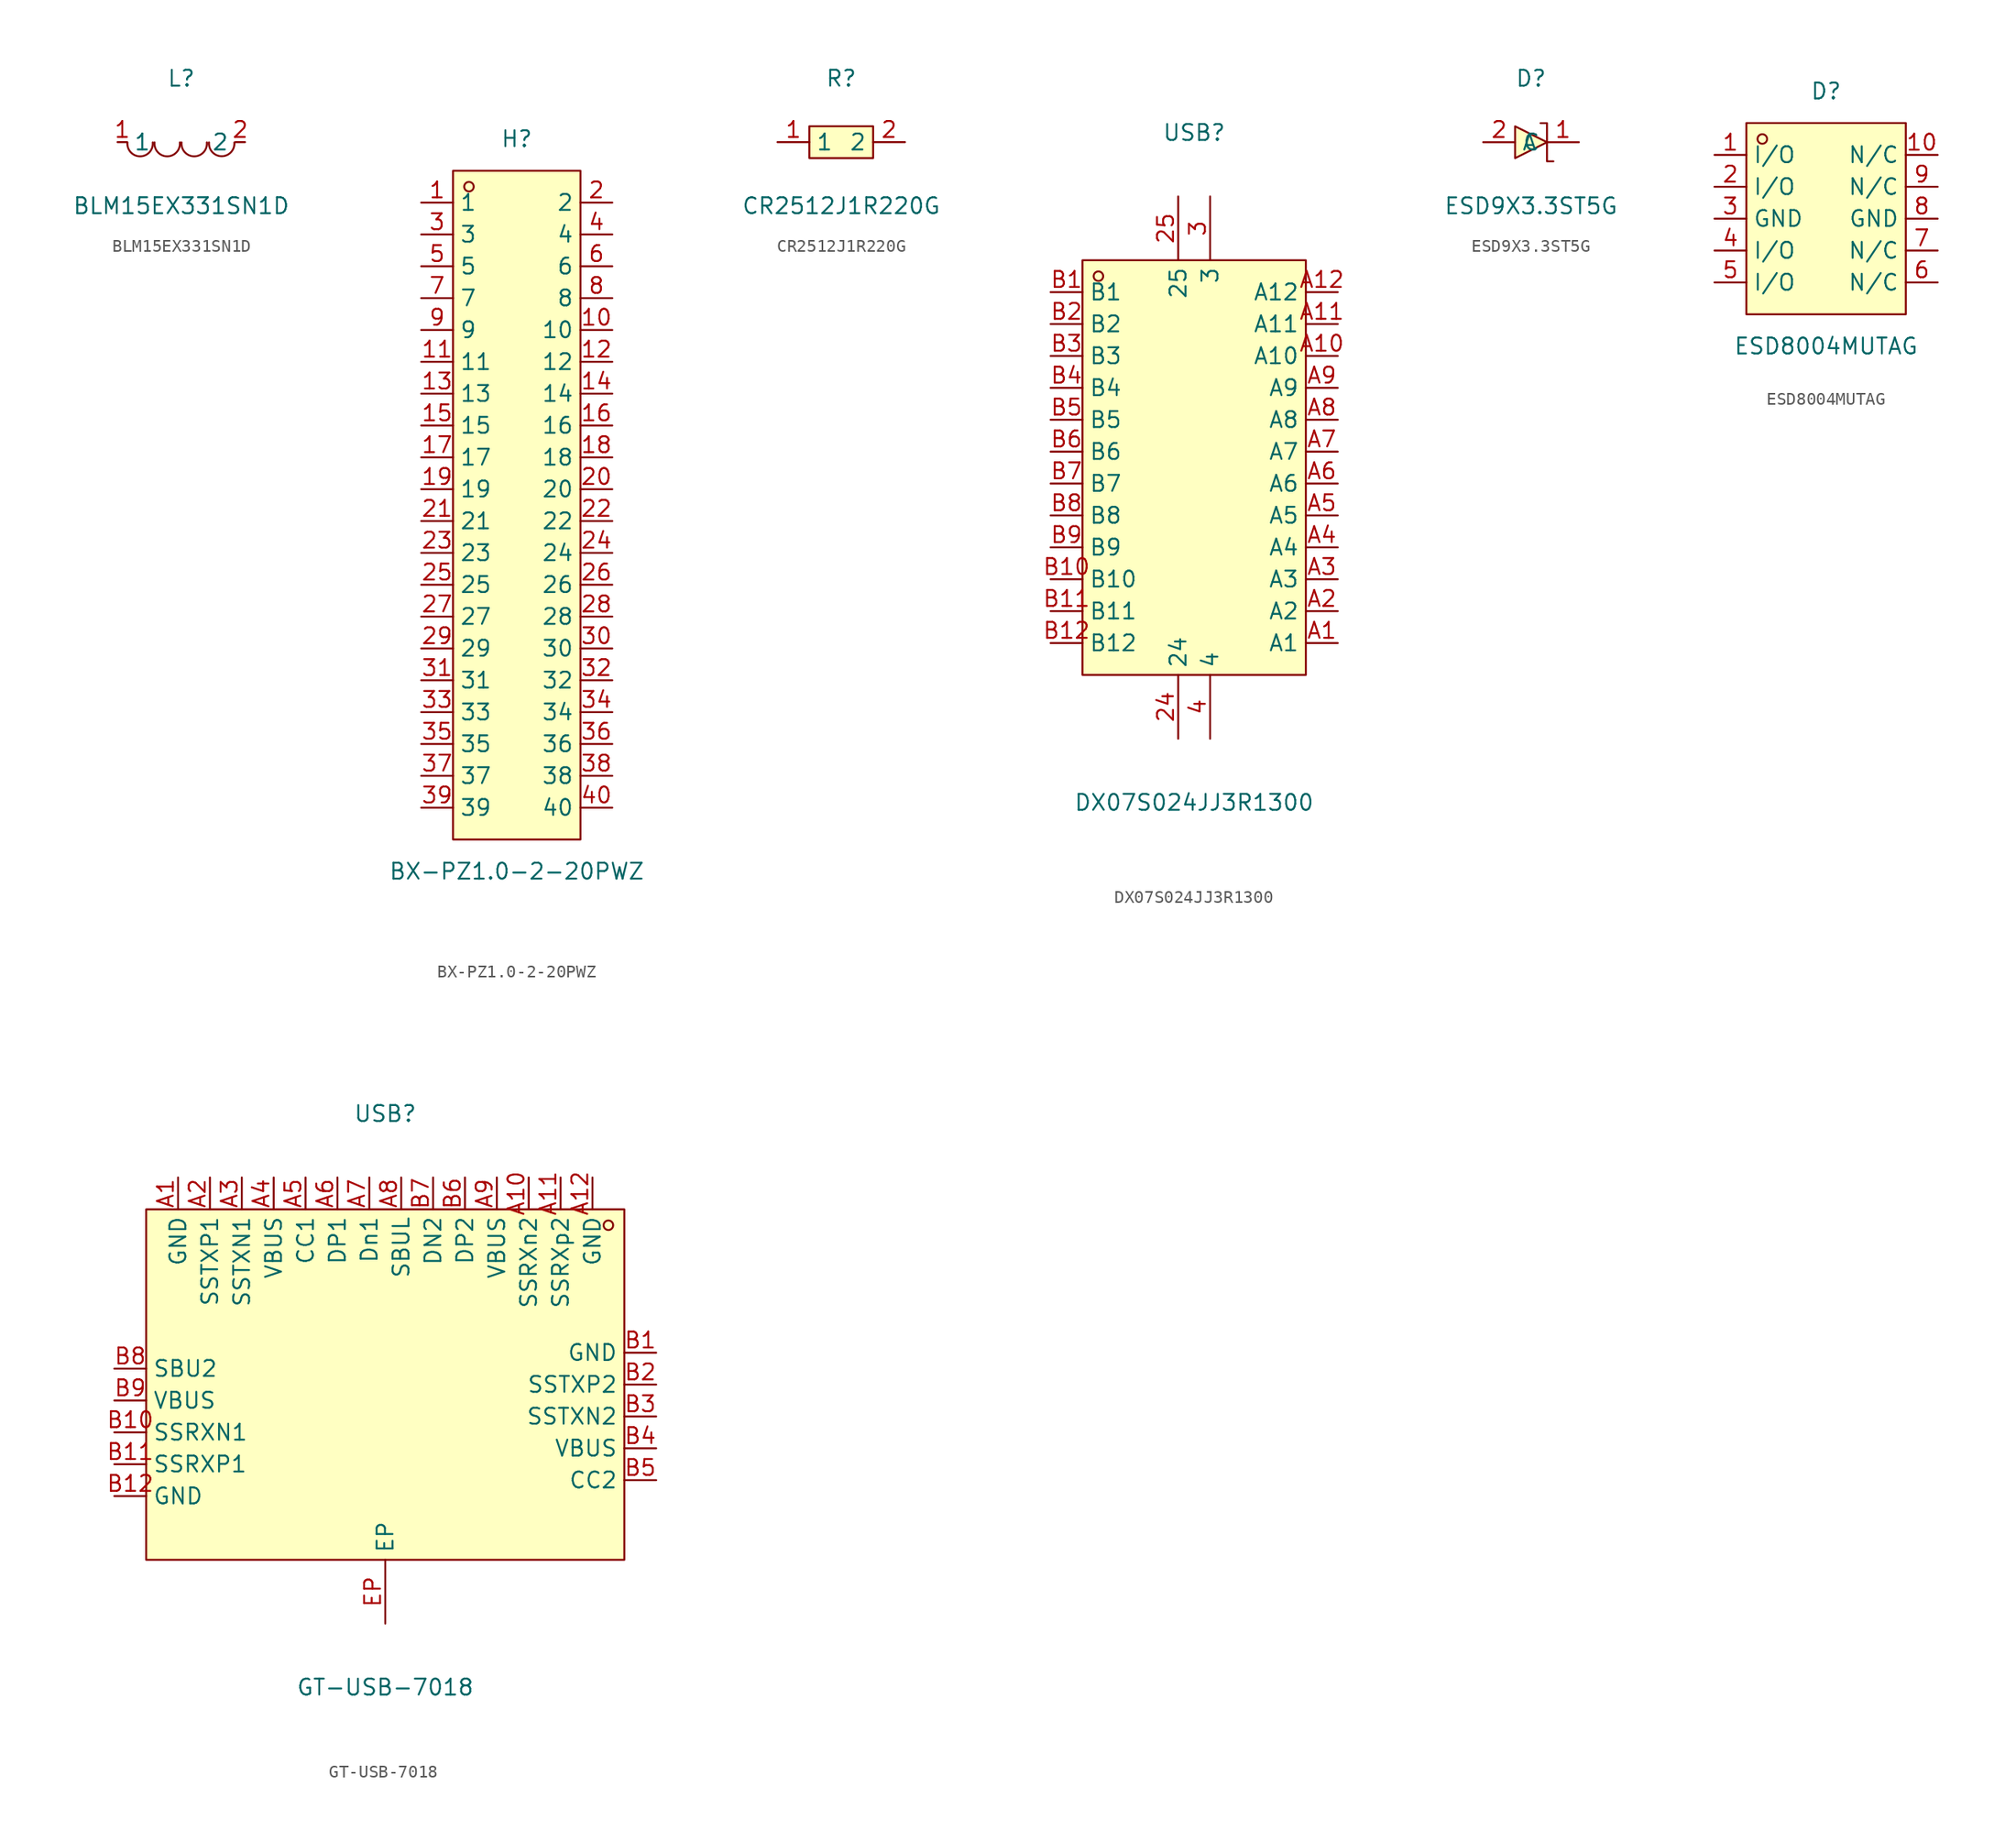
<source format=kicad_sym>
(kicad_symbol_lib
  (version 20241209)
  (generator "kicad_symbol_editor")
  (generator_version "9.0")
  (symbol "BLM15EX331SN1D"
    (property "Reference" "L"
      (at 0 5.08 0)
      (effects (font (size 1.27 1.27))))
    (property "Value" "BLM15EX331SN1D"
      (at 0 -5.08 0)
      (effects (font (size 1.27 1.27))))
    (symbol "BLM15EX331SN1D_0_1"
      (arc (start 2.21 -0.02) (mid 3.30 -1.12) (end 4.23 -0.02) (stroke (width 0) (type default) (color 0 0 0 0)) (fill (type none)))
      (arc (start 0.02 -0.02) (mid 1.79 -0.79) (end 2.04 -0.02) (stroke (width 0) (type default) (color 0 0 0 0)) (fill (type none)))
      (arc (start -2.13 -0.02) (mid -0.36 -0.79) (end -0.11 -0.02) (stroke (width 0) (type default) (color 0 0 0 0)) (fill (type none)))
      (arc (start -4.29 -0.02) (mid -2.52 -0.79) (end -2.27 -0.02) (stroke (width 0) (type default) (color 0 0 0 0)) (fill (type none)))
      (pin unspecified line (at -5.08 -0.00 0) (length 0.762) (name "1" (effects (font (size 1.27 1.27)))) (number "1" (effects (font (size 1.27 1.27)))))
      (pin unspecified line (at 5.08 -0.00 180) (length 0.762) (name "2" (effects (font (size 1.27 1.27)))) (number "2" (effects (font (size 1.27 1.27)))))))
  (symbol "BX-PZ1.0-2-20PWZ"
    (property "Reference" "H"
      (at 0 29.21 0)
      (effects (font (size 1.27 1.27))))
    (property "Value" "BX-PZ1.0-2-20PWZ"
      (at 0 -29.21 0)
      (effects (font (size 1.27 1.27))))
    (symbol "BX-PZ1.0-2-20PWZ_0_1"
      (rectangle (start -5.08 26.67) (end 5.08 -26.67) (stroke (width 0) (type default)) (fill (type background)))
      (circle (center -3.81 25.4) (radius 0.38) (stroke (width 0) (type default)) (fill (type none)))
      (pin unspecified line (at -7.62 24.13 0) (length 2.54) (name "1" (effects (font (size 1.27 1.27)))) (number "1" (effects (font (size 1.27 1.27)))))
      (pin unspecified line (at -7.62 21.59 0) (length 2.54) (name "3" (effects (font (size 1.27 1.27)))) (number "3" (effects (font (size 1.27 1.27)))))
      (pin unspecified line (at -7.62 19.05 0) (length 2.54) (name "5" (effects (font (size 1.27 1.27)))) (number "5" (effects (font (size 1.27 1.27)))))
      (pin unspecified line (at -7.62 16.51 0) (length 2.54) (name "7" (effects (font (size 1.27 1.27)))) (number "7" (effects (font (size 1.27 1.27)))))
      (pin unspecified line (at -7.62 13.97 0) (length 2.54) (name "9" (effects (font (size 1.27 1.27)))) (number "9" (effects (font (size 1.27 1.27)))))
      (pin unspecified line (at -7.62 11.43 0) (length 2.54) (name "11" (effects (font (size 1.27 1.27)))) (number "11" (effects (font (size 1.27 1.27)))))
      (pin unspecified line (at -7.62 8.89 0) (length 2.54) (name "13" (effects (font (size 1.27 1.27)))) (number "13" (effects (font (size 1.27 1.27)))))
      (pin unspecified line (at -7.62 6.35 0) (length 2.54) (name "15" (effects (font (size 1.27 1.27)))) (number "15" (effects (font (size 1.27 1.27)))))
      (pin unspecified line (at -7.62 3.81 0) (length 2.54) (name "17" (effects (font (size 1.27 1.27)))) (number "17" (effects (font (size 1.27 1.27)))))
      (pin unspecified line (at -7.62 1.27 0) (length 2.54) (name "19" (effects (font (size 1.27 1.27)))) (number "19" (effects (font (size 1.27 1.27)))))
      (pin unspecified line (at -7.62 -1.27 0) (length 2.54) (name "21" (effects (font (size 1.27 1.27)))) (number "21" (effects (font (size 1.27 1.27)))))
      (pin unspecified line (at -7.62 -3.81 0) (length 2.54) (name "23" (effects (font (size 1.27 1.27)))) (number "23" (effects (font (size 1.27 1.27)))))
      (pin unspecified line (at -7.62 -6.35 0) (length 2.54) (name "25" (effects (font (size 1.27 1.27)))) (number "25" (effects (font (size 1.27 1.27)))))
      (pin unspecified line (at -7.62 -8.89 0) (length 2.54) (name "27" (effects (font (size 1.27 1.27)))) (number "27" (effects (font (size 1.27 1.27)))))
      (pin unspecified line (at -7.62 -11.43 0) (length 2.54) (name "29" (effects (font (size 1.27 1.27)))) (number "29" (effects (font (size 1.27 1.27)))))
      (pin unspecified line (at -7.62 -13.97 0) (length 2.54) (name "31" (effects (font (size 1.27 1.27)))) (number "31" (effects (font (size 1.27 1.27)))))
      (pin unspecified line (at -7.62 -16.51 0) (length 2.54) (name "33" (effects (font (size 1.27 1.27)))) (number "33" (effects (font (size 1.27 1.27)))))
      (pin unspecified line (at -7.62 -19.05 0) (length 2.54) (name "35" (effects (font (size 1.27 1.27)))) (number "35" (effects (font (size 1.27 1.27)))))
      (pin unspecified line (at -7.62 -21.59 0) (length 2.54) (name "37" (effects (font (size 1.27 1.27)))) (number "37" (effects (font (size 1.27 1.27)))))
      (pin unspecified line (at -7.62 -24.13 0) (length 2.54) (name "39" (effects (font (size 1.27 1.27)))) (number "39" (effects (font (size 1.27 1.27)))))
      (pin unspecified line (at 7.62 24.13 180) (length 2.54) (name "2" (effects (font (size 1.27 1.27)))) (number "2" (effects (font (size 1.27 1.27)))))
      (pin unspecified line (at 7.62 21.59 180) (length 2.54) (name "4" (effects (font (size 1.27 1.27)))) (number "4" (effects (font (size 1.27 1.27)))))
      (pin unspecified line (at 7.62 19.05 180) (length 2.54) (name "6" (effects (font (size 1.27 1.27)))) (number "6" (effects (font (size 1.27 1.27)))))
      (pin unspecified line (at 7.62 16.51 180) (length 2.54) (name "8" (effects (font (size 1.27 1.27)))) (number "8" (effects (font (size 1.27 1.27)))))
      (pin unspecified line (at 7.62 13.97 180) (length 2.54) (name "10" (effects (font (size 1.27 1.27)))) (number "10" (effects (font (size 1.27 1.27)))))
      (pin unspecified line (at 7.62 11.43 180) (length 2.54) (name "12" (effects (font (size 1.27 1.27)))) (number "12" (effects (font (size 1.27 1.27)))))
      (pin unspecified line (at 7.62 8.89 180) (length 2.54) (name "14" (effects (font (size 1.27 1.27)))) (number "14" (effects (font (size 1.27 1.27)))))
      (pin unspecified line (at 7.62 6.35 180) (length 2.54) (name "16" (effects (font (size 1.27 1.27)))) (number "16" (effects (font (size 1.27 1.27)))))
      (pin unspecified line (at 7.62 3.81 180) (length 2.54) (name "18" (effects (font (size 1.27 1.27)))) (number "18" (effects (font (size 1.27 1.27)))))
      (pin unspecified line (at 7.62 1.27 180) (length 2.54) (name "20" (effects (font (size 1.27 1.27)))) (number "20" (effects (font (size 1.27 1.27)))))
      (pin unspecified line (at 7.62 -1.27 180) (length 2.54) (name "22" (effects (font (size 1.27 1.27)))) (number "22" (effects (font (size 1.27 1.27)))))
      (pin unspecified line (at 7.62 -3.81 180) (length 2.54) (name "24" (effects (font (size 1.27 1.27)))) (number "24" (effects (font (size 1.27 1.27)))))
      (pin unspecified line (at 7.62 -6.35 180) (length 2.54) (name "26" (effects (font (size 1.27 1.27)))) (number "26" (effects (font (size 1.27 1.27)))))
      (pin unspecified line (at 7.62 -8.89 180) (length 2.54) (name "28" (effects (font (size 1.27 1.27)))) (number "28" (effects (font (size 1.27 1.27)))))
      (pin unspecified line (at 7.62 -11.43 180) (length 2.54) (name "30" (effects (font (size 1.27 1.27)))) (number "30" (effects (font (size 1.27 1.27)))))
      (pin unspecified line (at 7.62 -13.97 180) (length 2.54) (name "32" (effects (font (size 1.27 1.27)))) (number "32" (effects (font (size 1.27 1.27)))))
      (pin unspecified line (at 7.62 -16.51 180) (length 2.54) (name "34" (effects (font (size 1.27 1.27)))) (number "34" (effects (font (size 1.27 1.27)))))
      (pin unspecified line (at 7.62 -19.05 180) (length 2.54) (name "36" (effects (font (size 1.27 1.27)))) (number "36" (effects (font (size 1.27 1.27)))))
      (pin unspecified line (at 7.62 -21.59 180) (length 2.54) (name "38" (effects (font (size 1.27 1.27)))) (number "38" (effects (font (size 1.27 1.27)))))
      (pin unspecified line (at 7.62 -24.13 180) (length 2.54) (name "40" (effects (font (size 1.27 1.27)))) (number "40" (effects (font (size 1.27 1.27)))))))
  (symbol "CR2512J1R220G"
    (property "Reference" "R"
      (at 0 5.08 0)
      (effects (font (size 1.27 1.27))))
    (property "Value" "CR2512J1R220G"
      (at 0 -5.08 0)
      (effects (font (size 1.27 1.27))))
    (symbol "CR2512J1R220G_0_1"
      (rectangle (start -2.54 1.27) (end 2.54 -1.27) (stroke (width 0) (type default)) (fill (type background)))
      (pin unspecified line (at -5.08 0 0) (length 2.54) (name "1" (effects (font (size 1.27 1.27)))) (number "1" (effects (font (size 1.27 1.27)))))
      (pin unspecified line (at 5.08 0 180) (length 2.54) (name "2" (effects (font (size 1.27 1.27)))) (number "2" (effects (font (size 1.27 1.27)))))))
  (symbol "DX07S024JJ3R1300"
    (property "Reference" "USB"
      (at 0 26.67 0)
      (effects (font (size 1.27 1.27))))
    (property "Value" "DX07S024JJ3R1300"
      (at 0 -26.67 0)
      (effects (font (size 1.27 1.27))))
    (symbol "DX07S024JJ3R1300_0_1"
      (rectangle (start -8.89 16.51) (end 8.89 -16.51) (stroke (width 0) (type default)) (fill (type background)))
      (circle (center -7.62 15.24) (radius 0.38) (stroke (width 0) (type default)) (fill (type none)))
      (pin unspecified line (at -11.43 13.97 0) (length 2.54) (name "B1" (effects (font (size 1.27 1.27)))) (number "B1" (effects (font (size 1.27 1.27)))))
      (pin unspecified line (at -11.43 11.43 0) (length 2.54) (name "B2" (effects (font (size 1.27 1.27)))) (number "B2" (effects (font (size 1.27 1.27)))))
      (pin unspecified line (at -11.43 8.89 0) (length 2.54) (name "B3" (effects (font (size 1.27 1.27)))) (number "B3" (effects (font (size 1.27 1.27)))))
      (pin unspecified line (at -11.43 6.35 0) (length 2.54) (name "B4" (effects (font (size 1.27 1.27)))) (number "B4" (effects (font (size 1.27 1.27)))))
      (pin unspecified line (at -11.43 3.81 0) (length 2.54) (name "B5" (effects (font (size 1.27 1.27)))) (number "B5" (effects (font (size 1.27 1.27)))))
      (pin unspecified line (at -11.43 1.27 0) (length 2.54) (name "B6" (effects (font (size 1.27 1.27)))) (number "B6" (effects (font (size 1.27 1.27)))))
      (pin unspecified line (at -11.43 -1.27 0) (length 2.54) (name "B7" (effects (font (size 1.27 1.27)))) (number "B7" (effects (font (size 1.27 1.27)))))
      (pin unspecified line (at -11.43 -3.81 0) (length 2.54) (name "B8" (effects (font (size 1.27 1.27)))) (number "B8" (effects (font (size 1.27 1.27)))))
      (pin unspecified line (at -11.43 -6.35 0) (length 2.54) (name "B9" (effects (font (size 1.27 1.27)))) (number "B9" (effects (font (size 1.27 1.27)))))
      (pin unspecified line (at -11.43 -8.89 0) (length 2.54) (name "B10" (effects (font (size 1.27 1.27)))) (number "B10" (effects (font (size 1.27 1.27)))))
      (pin unspecified line (at -11.43 -11.43 0) (length 2.54) (name "B11" (effects (font (size 1.27 1.27)))) (number "B11" (effects (font (size 1.27 1.27)))))
      (pin unspecified line (at -11.43 -13.97 0) (length 2.54) (name "B12" (effects (font (size 1.27 1.27)))) (number "B12" (effects (font (size 1.27 1.27)))))
      (pin unspecified line (at -1.27 21.59 270) (length 5.08) (name "25" (effects (font (size 1.27 1.27)))) (number "25" (effects (font (size 1.27 1.27)))))
      (pin unspecified line (at -1.27 -21.59 90) (length 5.08) (name "24" (effects (font (size 1.27 1.27)))) (number "24" (effects (font (size 1.27 1.27)))))
      (pin unspecified line (at 1.27 21.59 270) (length 5.08) (name "3" (effects (font (size 1.27 1.27)))) (number "3" (effects (font (size 1.27 1.27)))))
      (pin unspecified line (at 1.27 -21.59 90) (length 5.08) (name "4" (effects (font (size 1.27 1.27)))) (number "4" (effects (font (size 1.27 1.27)))))
      (pin unspecified line (at 11.43 13.97 180) (length 2.54) (name "A12" (effects (font (size 1.27 1.27)))) (number "A12" (effects (font (size 1.27 1.27)))))
      (pin unspecified line (at 11.43 11.43 180) (length 2.54) (name "A11" (effects (font (size 1.27 1.27)))) (number "A11" (effects (font (size 1.27 1.27)))))
      (pin unspecified line (at 11.43 8.89 180) (length 2.54) (name "A10" (effects (font (size 1.27 1.27)))) (number "A10" (effects (font (size 1.27 1.27)))))
      (pin unspecified line (at 11.43 6.35 180) (length 2.54) (name "A9" (effects (font (size 1.27 1.27)))) (number "A9" (effects (font (size 1.27 1.27)))))
      (pin unspecified line (at 11.43 3.81 180) (length 2.54) (name "A8" (effects (font (size 1.27 1.27)))) (number "A8" (effects (font (size 1.27 1.27)))))
      (pin unspecified line (at 11.43 1.27 180) (length 2.54) (name "A7" (effects (font (size 1.27 1.27)))) (number "A7" (effects (font (size 1.27 1.27)))))
      (pin unspecified line (at 11.43 -1.27 180) (length 2.54) (name "A6" (effects (font (size 1.27 1.27)))) (number "A6" (effects (font (size 1.27 1.27)))))
      (pin unspecified line (at 11.43 -3.81 180) (length 2.54) (name "A5" (effects (font (size 1.27 1.27)))) (number "A5" (effects (font (size 1.27 1.27)))))
      (pin unspecified line (at 11.43 -6.35 180) (length 2.54) (name "A4" (effects (font (size 1.27 1.27)))) (number "A4" (effects (font (size 1.27 1.27)))))
      (pin unspecified line (at 11.43 -8.89 180) (length 2.54) (name "A3" (effects (font (size 1.27 1.27)))) (number "A3" (effects (font (size 1.27 1.27)))))
      (pin unspecified line (at 11.43 -11.43 180) (length 2.54) (name "A2" (effects (font (size 1.27 1.27)))) (number "A2" (effects (font (size 1.27 1.27)))))
      (pin unspecified line (at 11.43 -13.97 180) (length 2.54) (name "A1" (effects (font (size 1.27 1.27)))) (number "A1" (effects (font (size 1.27 1.27)))))))
  (symbol "ESD9X3.3ST5G"
    (property "Reference" "D"
      (at 0 5.08 0)
      (effects (font (size 1.27 1.27))))
    (property "Value" "ESD9X3.3ST5G"
      (at 0 -5.08 0)
      (effects (font (size 1.27 1.27))))
    (symbol "ESD9X3.3ST5G_0_1"
      (polyline (pts (xy -1.27 1.27) (xy 1.27 0) (xy -1.27 -1.27) (xy -1.27 1.27)) (stroke (width 0) (type default)) (fill (type background)))
      (polyline (pts (xy 0.76 1.52) (xy 0.76 1.52) (xy 1.27 1.52) (xy 1.27 -1.52) (xy 1.78 -1.52) (xy 1.78 -1.52)) (stroke (width 0) (type default)) (fill (type none)))
      (pin unspecified line (at -3.81 0 0) (length 2.54) (name "A" (effects (font (size 1.27 1.27)))) (number "2" (effects (font (size 1.27 1.27)))))
      (pin unspecified line (at 3.81 0 180) (length 2.54) (name "C" (effects (font (size 1.27 1.27)))) (number "1" (effects (font (size 1.27 1.27)))))))
  (symbol "ESD8004MUTAG"
    (property "Reference" "D"
      (at 0 10.16 0)
      (effects (font (size 1.27 1.27))))
    (property "Value" "ESD8004MUTAG"
      (at 0 -10.16 0)
      (effects (font (size 1.27 1.27))))
    (symbol "ESD8004MUTAG_0_1"
      (rectangle (start -6.35 7.62) (end 6.35 -7.62) (stroke (width 0) (type default)) (fill (type background)))
      (circle (center -5.08 6.35) (radius 0.38) (stroke (width 0) (type default)) (fill (type none)))
      (pin unspecified line (at -8.89 5.08 0) (length 2.54) (name "I/O" (effects (font (size 1.27 1.27)))) (number "1" (effects (font (size 1.27 1.27)))))
      (pin unspecified line (at -8.89 2.54 0) (length 2.54) (name "I/O" (effects (font (size 1.27 1.27)))) (number "2" (effects (font (size 1.27 1.27)))))
      (pin unspecified line (at -8.89 0 0) (length 2.54) (name "GND" (effects (font (size 1.27 1.27)))) (number "3" (effects (font (size 1.27 1.27)))))
      (pin unspecified line (at -8.89 -2.54 0) (length 2.54) (name "I/O" (effects (font (size 1.27 1.27)))) (number "4" (effects (font (size 1.27 1.27)))))
      (pin unspecified line (at -8.89 -5.08 0) (length 2.54) (name "I/O" (effects (font (size 1.27 1.27)))) (number "5" (effects (font (size 1.27 1.27)))))
      (pin unspecified line (at 8.89 5.08 180) (length 2.54) (name "N/C" (effects (font (size 1.27 1.27)))) (number "10" (effects (font (size 1.27 1.27)))))
      (pin unspecified line (at 8.89 2.54 180) (length 2.54) (name "N/C" (effects (font (size 1.27 1.27)))) (number "9" (effects (font (size 1.27 1.27)))))
      (pin unspecified line (at 8.89 0 180) (length 2.54) (name "GND" (effects (font (size 1.27 1.27)))) (number "8" (effects (font (size 1.27 1.27)))))
      (pin unspecified line (at 8.89 -2.54 180) (length 2.54) (name "N/C" (effects (font (size 1.27 1.27)))) (number "7" (effects (font (size 1.27 1.27)))))
      (pin unspecified line (at 8.89 -5.08 180) (length 2.54) (name "N/C" (effects (font (size 1.27 1.27)))) (number "6" (effects (font (size 1.27 1.27)))))))
  (symbol "GT-USB-7018"
    (property "Reference" "USB"
      (at 0 19.05 0)
      (effects (font (size 1.27 1.27))))
    (property "Value" "GT-USB-7018"
      (at 0 -26.67 0)
      (effects (font (size 1.27 1.27))))
    (symbol "GT-USB-7018_0_1"
      (rectangle (start -19.05 11.43) (end 19.05 -16.51) (stroke (width 0) (type default)) (fill (type background)))
      (circle (center 17.78 10.16) (radius 0.38) (stroke (width 0) (type default)) (fill (type none)))
      (pin unspecified line (at -21.59 -1.27 0) (length 2.54) (name "SBU2" (effects (font (size 1.27 1.27)))) (number "B8" (effects (font (size 1.27 1.27)))))
      (pin unspecified line (at -21.59 -3.81 0) (length 2.54) (name "VBUS" (effects (font (size 1.27 1.27)))) (number "B9" (effects (font (size 1.27 1.27)))))
      (pin unspecified line (at -21.59 -6.35 0) (length 2.54) (name "SSRXN1" (effects (font (size 1.27 1.27)))) (number "B10" (effects (font (size 1.27 1.27)))))
      (pin unspecified line (at -21.59 -8.89 0) (length 2.54) (name "SSRXP1" (effects (font (size 1.27 1.27)))) (number "B11" (effects (font (size 1.27 1.27)))))
      (pin unspecified line (at -21.59 -11.43 0) (length 2.54) (name "GND" (effects (font (size 1.27 1.27)))) (number "B12" (effects (font (size 1.27 1.27)))))
      (pin unspecified line (at -16.51 13.97 270) (length 2.54) (name "GND" (effects (font (size 1.27 1.27)))) (number "A1" (effects (font (size 1.27 1.27)))))
      (pin unspecified line (at -13.97 13.97 270) (length 2.54) (name "SSTXP1" (effects (font (size 1.27 1.27)))) (number "A2" (effects (font (size 1.27 1.27)))))
      (pin unspecified line (at -11.43 13.97 270) (length 2.54) (name "SSTXN1" (effects (font (size 1.27 1.27)))) (number "A3" (effects (font (size 1.27 1.27)))))
      (pin unspecified line (at -8.89 13.97 270) (length 2.54) (name "VBUS" (effects (font (size 1.27 1.27)))) (number "A4" (effects (font (size 1.27 1.27)))))
      (pin unspecified line (at -6.35 13.97 270) (length 2.54) (name "CC1" (effects (font (size 1.27 1.27)))) (number "A5" (effects (font (size 1.27 1.27)))))
      (pin unspecified line (at -3.81 13.97 270) (length 2.54) (name "DP1" (effects (font (size 1.27 1.27)))) (number "A6" (effects (font (size 1.27 1.27)))))
      (pin unspecified line (at -1.27 13.97 270) (length 2.54) (name "Dn1" (effects (font (size 1.27 1.27)))) (number "A7" (effects (font (size 1.27 1.27)))))
      (pin unspecified line (at 0 -21.59 90) (length 5.08) (name "EP" (effects (font (size 1.27 1.27)))) (number "EP" (effects (font (size 1.27 1.27)))))
      (pin unspecified line (at 1.27 13.97 270) (length 2.54) (name "SBUL" (effects (font (size 1.27 1.27)))) (number "A8" (effects (font (size 1.27 1.27)))))
      (pin unspecified line (at 3.81 13.97 270) (length 2.54) (name "DN2" (effects (font (size 1.27 1.27)))) (number "B7" (effects (font (size 1.27 1.27)))))
      (pin unspecified line (at 6.35 13.97 270) (length 2.54) (name "DP2" (effects (font (size 1.27 1.27)))) (number "B6" (effects (font (size 1.27 1.27)))))
      (pin unspecified line (at 8.89 13.97 270) (length 2.54) (name "VBUS" (effects (font (size 1.27 1.27)))) (number "A9" (effects (font (size 1.27 1.27)))))
      (pin unspecified line (at 11.43 13.97 270) (length 2.54) (name "SSRXn2" (effects (font (size 1.27 1.27)))) (number "A10" (effects (font (size 1.27 1.27)))))
      (pin unspecified line (at 13.97 13.97 270) (length 2.54) (name "SSRXp2" (effects (font (size 1.27 1.27)))) (number "A11" (effects (font (size 1.27 1.27)))))
      (pin unspecified line (at 16.51 13.97 270) (length 2.54) (name "GND" (effects (font (size 1.27 1.27)))) (number "A12" (effects (font (size 1.27 1.27)))))
      (pin unspecified line (at 21.59 0 180) (length 2.54) (name "GND" (effects (font (size 1.27 1.27)))) (number "B1" (effects (font (size 1.27 1.27)))))
      (pin unspecified line (at 21.59 -2.54 180) (length 2.54) (name "SSTXP2" (effects (font (size 1.27 1.27)))) (number "B2" (effects (font (size 1.27 1.27)))))
      (pin unspecified line (at 21.59 -5.08 180) (length 2.54) (name "SSTXN2" (effects (font (size 1.27 1.27)))) (number "B3" (effects (font (size 1.27 1.27)))))
      (pin unspecified line (at 21.59 -7.62 180) (length 2.54) (name "VBUS" (effects (font (size 1.27 1.27)))) (number "B4" (effects (font (size 1.27 1.27)))))
      (pin unspecified line (at 21.59 -10.16 180) (length 2.54) (name "CC2" (effects (font (size 1.27 1.27)))) (number "B5" (effects (font (size 1.27 1.27))))))))
</source>
